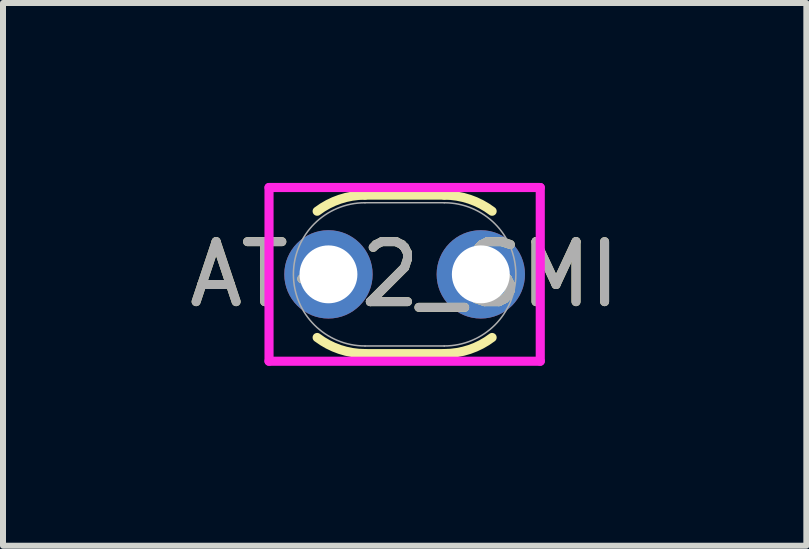
<source format=kicad_pcb>
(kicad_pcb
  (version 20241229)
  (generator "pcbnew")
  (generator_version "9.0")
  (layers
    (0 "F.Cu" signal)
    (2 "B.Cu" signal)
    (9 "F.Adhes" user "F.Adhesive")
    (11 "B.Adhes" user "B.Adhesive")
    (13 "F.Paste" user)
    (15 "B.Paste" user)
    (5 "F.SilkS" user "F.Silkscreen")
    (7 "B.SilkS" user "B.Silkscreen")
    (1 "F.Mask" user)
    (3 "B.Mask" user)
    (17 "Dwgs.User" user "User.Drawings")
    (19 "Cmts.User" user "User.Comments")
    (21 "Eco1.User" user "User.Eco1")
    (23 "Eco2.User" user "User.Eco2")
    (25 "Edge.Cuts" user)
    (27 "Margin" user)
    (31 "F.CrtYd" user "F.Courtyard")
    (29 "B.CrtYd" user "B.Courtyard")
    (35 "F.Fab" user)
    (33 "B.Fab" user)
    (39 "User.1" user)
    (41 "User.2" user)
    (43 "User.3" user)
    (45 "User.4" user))
  (footprint "AT-2_SMI"
    (layer "F.Cu")
    (at 3.696 1.524)
    (property "Reference" "AT-2_SMI" (at 0 0 0) (unlocked yes) (layer "F.SilkS") (effects (font (size 1 1) (thickness 0.15))))
    (attr through_hole)
    (fp_line (start -0.66 -1.321) (end 0.66 -1.321) (stroke (width 0.152) (type solid)) (layer "F.SilkS"))
    (fp_line (start -0.66 1.321) (end 0.66 1.321) (stroke (width 0.152) (type solid)) (layer "F.SilkS"))
    (fp_arc (start -1.458166 -1.052654) (mid -1.081213 -1.25197) (end -0.6604 -1.3208) (stroke (width 0.1524) (type solid)) (layer "F.SilkS"))
    (fp_arc (start -0.660401 1.3208) (mid -1.081213 1.25197) (end -1.458167 1.052654) (stroke (width 0.1524) (type solid)) (layer "F.SilkS"))
    (fp_arc (start 0.6604 -1.3208) (mid 1.081213 -1.25197) (end 1.458166 -1.052654) (stroke (width 0.1524) (type solid)) (layer "F.SilkS"))
    (fp_arc (start 1.458166 1.052654) (mid 1.081213 1.25197) (end 0.6604 1.3208) (stroke (width 0.1524) (type solid)) (layer "F.SilkS"))
    (fp_line (start -2.261 -1.448) (end 2.261 -1.448) (stroke (width 0.152) (type solid)) (layer "F.CrtYd"))
    (fp_line (start -2.261 1.448) (end -2.261 -1.448) (stroke (width 0.152) (type solid)) (layer "F.CrtYd"))
    (fp_line (start 2.261 -1.448) (end 2.261 1.448) (stroke (width 0.152) (type solid)) (layer "F.CrtYd"))
    (fp_line (start 2.261 1.448) (end -2.261 1.448) (stroke (width 0.152) (type solid)) (layer "F.CrtYd"))
    (fp_line (start -0.66 -1.194) (end 0.66 -1.194) (stroke (width 0.025) (type solid)) (layer "F.Fab"))
    (fp_line (start -0.66 1.194) (end 0.66 1.194) (stroke (width 0.025) (type solid)) (layer "F.Fab"))
    (fp_arc (start -0.6604 1.1938) (mid -1.8542 0) (end -0.6604 -1.1938) (stroke (width 0.0254) (type solid)) (layer "F.Fab"))
    (fp_arc (start 0.6604 -1.1938) (mid 1.8542 0) (end 0.6604 1.1938) (stroke (width 0.0254) (type solid)) (layer "F.Fab"))
    (fp_text user "${REFERENCE}" (at 0 0 0) (unlocked yes) (layer "F.Fab") (effects (font (size 1 1) (thickness 0.15))))
    (pad "1" thru_hole circle (at -1.27 0) (size 1.473 1.473) (drill 0.965) (layers "*.Cu" "*.Mask"))
    (pad "2" thru_hole circle (at 1.27 0) (size 1.473 1.473) (drill 0.965) (layers "*.Cu" "*.Mask")))
  (gr_rect
    (start -3 -3)
    (end 10.393 6.048)
    (stroke (width 0.1) (type default))
    (fill no)
    (layer "Edge.Cuts")))
</source>
